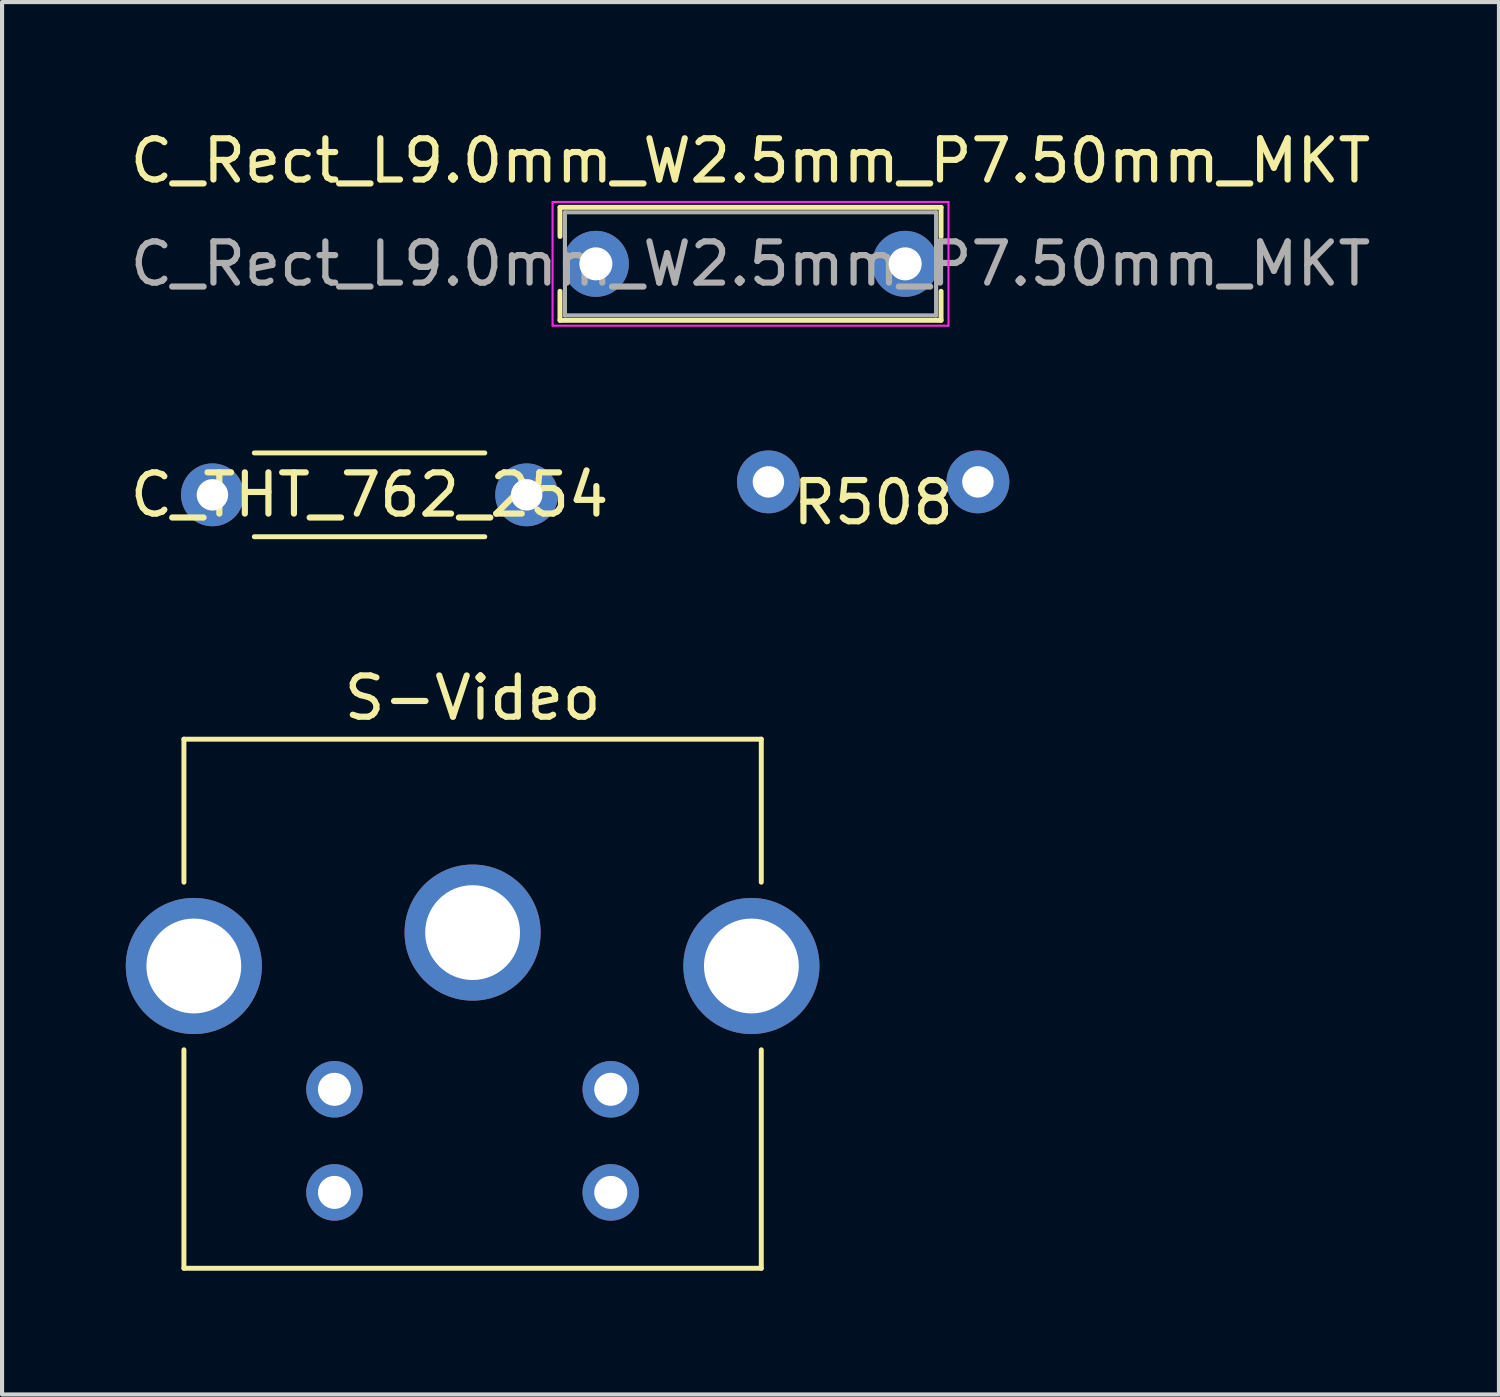
<source format=kicad_pcb>
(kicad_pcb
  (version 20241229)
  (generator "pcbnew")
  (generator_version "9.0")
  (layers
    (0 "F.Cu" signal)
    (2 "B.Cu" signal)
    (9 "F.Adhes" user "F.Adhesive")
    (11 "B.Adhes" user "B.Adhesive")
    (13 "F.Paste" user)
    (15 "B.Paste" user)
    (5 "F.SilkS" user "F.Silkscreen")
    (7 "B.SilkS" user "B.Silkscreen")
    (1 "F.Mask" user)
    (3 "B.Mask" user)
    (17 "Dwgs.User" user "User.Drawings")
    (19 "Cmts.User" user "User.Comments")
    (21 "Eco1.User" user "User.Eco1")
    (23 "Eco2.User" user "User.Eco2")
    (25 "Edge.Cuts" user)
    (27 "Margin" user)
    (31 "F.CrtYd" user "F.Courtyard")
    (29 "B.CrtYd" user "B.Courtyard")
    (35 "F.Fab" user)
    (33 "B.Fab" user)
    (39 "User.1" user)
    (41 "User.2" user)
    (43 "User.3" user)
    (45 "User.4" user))
  (footprint "S-Video"
    (layer "F.Cu")
    (at 8.41 19.564)
    (property "Reference" "S-Video" (at 0 -5.69 0) (layer "F.SilkS") (effects (font (size 1 1) (thickness 0.15))))
    (attr through_hole)
    (fp_line (start -7 -4.69) (end 7 -4.69) (stroke (width 0.12) (type solid)) (layer "F.SilkS"))
    (fp_line (start -7 -1.222) (end -7 -4.69) (stroke (width 0.12) (type solid)) (layer "F.SilkS"))
    (fp_line (start -7 8.14) (end -7 2.842) (stroke (width 0.12) (type solid)) (layer "F.SilkS"))
    (fp_line (start 7 -4.69) (end 7 -1.222) (stroke (width 0.12) (type solid)) (layer "F.SilkS"))
    (fp_line (start 7 2.842) (end 7 8.14) (stroke (width 0.12) (type solid)) (layer "F.SilkS"))
    (fp_line (start 7 8.14) (end -7 8.14) (stroke (width 0.12) (type solid)) (layer "F.SilkS"))
    (pad "0" thru_hole circle (at -6.76 0.81) (size 3.3 3.3) (drill 2.3) (layers "*.Cu" "*.Mask"))
    (pad "0" thru_hole circle (at 0 0) (size 3.3 3.3) (drill 2.3) (layers "*.Cu" "*.Mask"))
    (pad "0" thru_hole circle (at 6.76 0.81) (size 3.3 3.3) (drill 2.3) (layers "*.Cu" "*.Mask"))
    (pad "1" thru_hole circle (at -3.35 3.8) (size 1.37 1.37) (drill 0.8) (layers "*.Cu" "*.Mask"))
    (pad "2" thru_hole circle (at 3.35 3.8) (size 1.37 1.37) (drill 0.8) (layers "*.Cu" "*.Mask"))
    (pad "3" thru_hole circle (at -3.35 6.3) (size 1.37 1.37) (drill 0.8) (layers "*.Cu" "*.Mask"))
    (pad "4" thru_hole circle (at 3.35 6.3) (size 1.37 1.37) (drill 0.8) (layers "*.Cu" "*.Mask")))
  (footprint "C_THT_762_254"
    (layer "F.Cu")
    (at 2.101 8.949)
    (property "Reference" "C_THT_762_254" (at 3.81 0 0) (layer "F.SilkS") (effects (font (size 1 1) (thickness 0.15))))
    (attr through_hole)
    (fp_line (start 1.016 -1.016) (end 6.604 -1.016) (stroke (width 0.12) (type solid)) (layer "F.SilkS"))
    (fp_line (start 1.016 1.016) (end 6.604 1.016) (stroke (width 0.12) (type solid)) (layer "F.SilkS"))
    (pad "1" thru_hole circle (at 0 0) (size 1.524 1.524) (drill 0.762) (layers "*.Cu" "*.Mask"))
    (pad "2" thru_hole circle (at 7.62 0) (size 1.524 1.524) (drill 0.762) (layers "*.Cu" "*.Mask")))
  (footprint "R508"
    (layer "F.Cu")
    (at 18.123 8.635)
    (property "Reference" "R508" (at 0 0.5 0) (layer "F.SilkS") (effects (font (size 1 1) (thickness 0.15))))
    (attr through_hole)
    (pad "1" thru_hole circle (at -2.54 0) (size 1.524 1.524) (drill 0.762) (layers "*.Cu" "*.Mask"))
    (pad "2" thru_hole circle (at 2.54 0) (size 1.524 1.524) (drill 0.762) (layers "*.Cu" "*.Mask")))
  (footprint "C_Rect_L9.0mm_W2.5mm_P7.50mm_MKT"
    (layer "F.Cu")
    (at 11.399 3.348)
    (property "Reference" "C_Rect_L9.0mm_W2.5mm_P7.50mm_MKT" (at 3.75 -2.5 0) (layer "F.SilkS") (effects (font (size 1 1) (thickness 0.15))))
    (attr through_hole)
    (fp_line (start -0.87 -1.37) (end -0.87 -0.665) (stroke (width 0.12) (type solid)) (layer "F.SilkS"))
    (fp_line (start -0.87 -1.37) (end 8.37 -1.37) (stroke (width 0.12) (type solid)) (layer "F.SilkS"))
    (fp_line (start -0.87 0.665) (end -0.87 1.37) (stroke (width 0.12) (type solid)) (layer "F.SilkS"))
    (fp_line (start -0.87 1.37) (end 8.37 1.37) (stroke (width 0.12) (type solid)) (layer "F.SilkS"))
    (fp_line (start 8.37 -1.37) (end 8.37 -0.665) (stroke (width 0.12) (type solid)) (layer "F.SilkS"))
    (fp_line (start 8.37 0.665) (end 8.37 1.37) (stroke (width 0.12) (type solid)) (layer "F.SilkS"))
    (fp_line (start -1.05 -1.5) (end -1.05 1.5) (stroke (width 0.05) (type solid)) (layer "F.CrtYd"))
    (fp_line (start -1.05 1.5) (end 8.55 1.5) (stroke (width 0.05) (type solid)) (layer "F.CrtYd"))
    (fp_line (start 8.55 -1.5) (end -1.05 -1.5) (stroke (width 0.05) (type solid)) (layer "F.CrtYd"))
    (fp_line (start 8.55 1.5) (end 8.55 -1.5) (stroke (width 0.05) (type solid)) (layer "F.CrtYd"))
    (fp_line (start -0.75 -1.25) (end -0.75 1.25) (stroke (width 0.1) (type solid)) (layer "F.Fab"))
    (fp_line (start -0.75 1.25) (end 8.25 1.25) (stroke (width 0.1) (type solid)) (layer "F.Fab"))
    (fp_line (start 8.25 -1.25) (end -0.75 -1.25) (stroke (width 0.1) (type solid)) (layer "F.Fab"))
    (fp_line (start 8.25 1.25) (end 8.25 -1.25) (stroke (width 0.1) (type solid)) (layer "F.Fab"))
    (fp_text user "${REFERENCE}" (at 3.75 0 0) (layer "F.Fab") (effects (font (size 1 1) (thickness 0.15))))
    (pad "1" thru_hole circle (at 0 0) (size 1.6 1.6) (drill 0.8) (layers "*.Cu" "*.Mask"))
    (pad "2" thru_hole circle (at 7.5 0) (size 1.6 1.6) (drill 0.8) (layers "*.Cu" "*.Mask")))
  (gr_rect
    (start -3 -3)
    (end 33.298 30.764)
    (stroke (width 0.1) (type default))
    (fill no)
    (layer "Edge.Cuts")))
</source>
